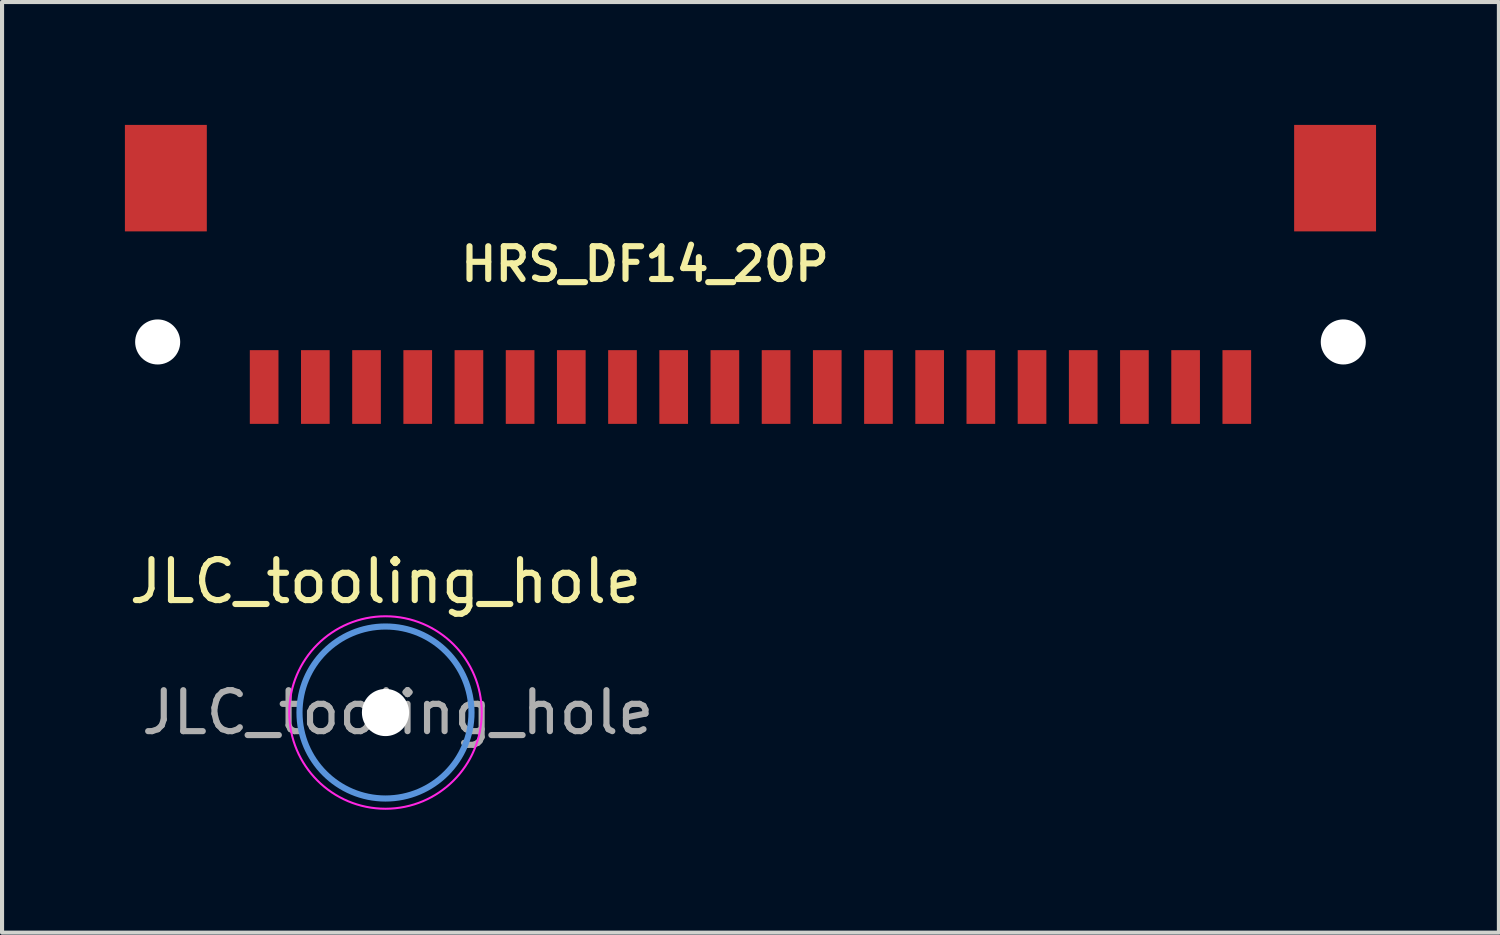
<source format=kicad_pcb>
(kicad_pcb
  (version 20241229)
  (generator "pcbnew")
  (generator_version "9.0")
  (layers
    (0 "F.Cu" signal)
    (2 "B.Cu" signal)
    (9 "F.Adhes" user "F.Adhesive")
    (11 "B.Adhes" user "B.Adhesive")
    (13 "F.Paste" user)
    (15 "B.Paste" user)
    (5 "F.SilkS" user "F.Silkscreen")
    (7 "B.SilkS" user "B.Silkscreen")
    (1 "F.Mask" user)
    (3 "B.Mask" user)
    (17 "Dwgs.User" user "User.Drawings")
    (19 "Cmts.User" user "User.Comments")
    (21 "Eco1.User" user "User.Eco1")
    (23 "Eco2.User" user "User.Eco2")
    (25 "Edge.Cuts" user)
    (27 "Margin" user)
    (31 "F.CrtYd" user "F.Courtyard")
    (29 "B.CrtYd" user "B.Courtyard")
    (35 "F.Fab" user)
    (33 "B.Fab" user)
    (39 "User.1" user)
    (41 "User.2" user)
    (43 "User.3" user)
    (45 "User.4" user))
  (footprint "HRS_DF14_20P"
    (layer "F.Cu")
    (at 15.9 2.9)
    (property "Reference" "HRS_DF14_20P" (at -3.2 0.5 0) (layer "F.SilkS") (effects (font (size 0.8 0.8) (thickness 0.15))))
    (attr through_hole)
    (pad "" np_thru_hole circle (at -15.1 2.4) (size 1.1 1.1) (drill 1.1) (layers "*.Cu" "*.Mask"))
    (pad "" np_thru_hole circle (at 13.85 2.4) (size 1.1 1.1) (drill 1.1) (layers "*.Cu" "*.Mask"))
    (pad "1" smd rect (at 11.25 3.5) (size 0.7 1.8) (layers "F.Cu" "F.Mask" "F.Paste"))
    (pad "2" smd rect (at 10 3.5) (size 0.7 1.8) (layers "F.Cu" "F.Mask" "F.Paste"))
    (pad "3" smd rect (at 8.75 3.5) (size 0.7 1.8) (layers "F.Cu" "F.Mask" "F.Paste"))
    (pad "4" smd rect (at 7.5 3.5) (size 0.7 1.8) (layers "F.Cu" "F.Mask" "F.Paste"))
    (pad "5" smd rect (at 6.25 3.5) (size 0.7 1.8) (layers "F.Cu" "F.Mask" "F.Paste"))
    (pad "6" smd rect (at 5 3.5) (size 0.7 1.8) (layers "F.Cu" "F.Mask" "F.Paste"))
    (pad "7" smd rect (at 3.75 3.5) (size 0.7 1.8) (layers "F.Cu" "F.Mask" "F.Paste"))
    (pad "8" smd rect (at 2.5 3.5) (size 0.7 1.8) (layers "F.Cu" "F.Mask" "F.Paste"))
    (pad "9" smd rect (at 1.25 3.5) (size 0.7 1.8) (layers "F.Cu" "F.Mask" "F.Paste"))
    (pad "10" smd rect (at 0 3.5) (size 0.7 1.8) (layers "F.Cu" "F.Mask" "F.Paste"))
    (pad "11" smd rect (at -1.25 3.5) (size 0.7 1.8) (layers "F.Cu" "F.Mask" "F.Paste"))
    (pad "12" smd rect (at -2.5 3.5) (size 0.7 1.8) (layers "F.Cu" "F.Mask" "F.Paste"))
    (pad "13" smd rect (at -3.75 3.5) (size 0.7 1.8) (layers "F.Cu" "F.Mask" "F.Paste"))
    (pad "14" smd rect (at -5 3.5) (size 0.7 1.8) (layers "F.Cu" "F.Mask" "F.Paste"))
    (pad "15" smd rect (at -6.25 3.5) (size 0.7 1.8) (layers "F.Cu" "F.Mask" "F.Paste"))
    (pad "16" smd rect (at -7.5 3.5) (size 0.7 1.8) (layers "F.Cu" "F.Mask" "F.Paste"))
    (pad "17" smd rect (at -8.75 3.5) (size 0.7 1.8) (layers "F.Cu" "F.Mask" "F.Paste"))
    (pad "18" smd rect (at -10 3.5) (size 0.7 1.8) (layers "F.Cu" "F.Mask" "F.Paste"))
    (pad "19" smd rect (at -11.25 3.5) (size 0.7 1.8) (layers "F.Cu" "F.Mask" "F.Paste"))
    (pad "20" smd rect (at -12.5 3.5) (size 0.7 1.8) (layers "F.Cu" "F.Mask" "F.Paste"))
    (pad "21" smd rect (at -14.9 -1.6) (size 2 2.6) (layers "F.Cu" "F.Mask" "F.Paste"))
    (pad "22" smd rect (at 13.65 -1.6) (size 2 2.6) (layers "F.Cu" "F.Mask" "F.Paste")))
  (footprint "JLC_tooling_hole"
    (layer "F.Cu")
    (at 6.363 14.348)
    (property "Reference" "JLC_tooling_hole" (at 0 -3.2 0) (layer "F.SilkS") (effects (font (size 1 1) (thickness 0.15))))
    (attr exclude_from_pos_files exclude_from_bom)
    (fp_circle (center 0 0) (end 2.1 0) (stroke (width 0.15) (type solid)) (fill no) (layer "Cmts.User"))
    (fp_circle (center 0 0) (end 2.35 0) (stroke (width 0.05) (type solid)) (fill no) (layer "F.CrtYd"))
    (fp_text user "${REFERENCE}" (at 0.3 0 0) (layer "F.Fab") (effects (font (size 1 1) (thickness 0.15))))
    (pad "" np_thru_hole circle (at 0 0) (size 1.152 1.152) (drill 1.152) (layers "*.Cu" "*.Mask")))
  (gr_rect
    (start -3 -3)
    (end 33.55 19.723)
    (stroke (width 0.1) (type default))
    (fill no)
    (layer "Edge.Cuts")))
</source>
